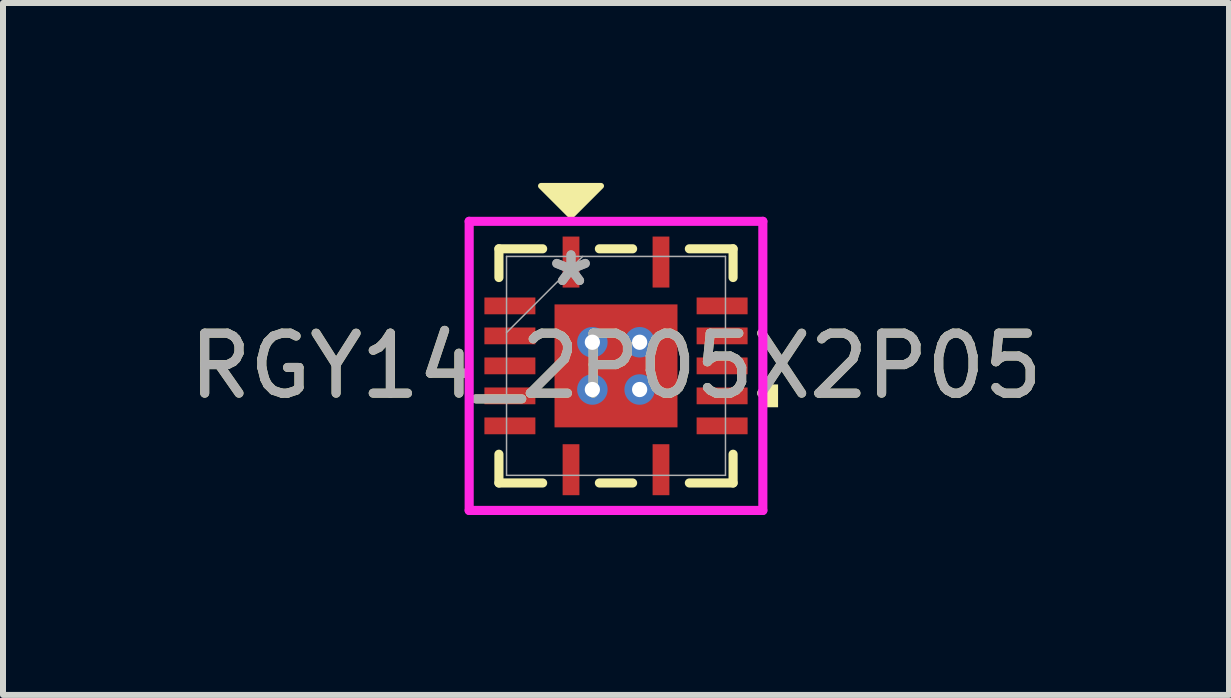
<source format=kicad_pcb>
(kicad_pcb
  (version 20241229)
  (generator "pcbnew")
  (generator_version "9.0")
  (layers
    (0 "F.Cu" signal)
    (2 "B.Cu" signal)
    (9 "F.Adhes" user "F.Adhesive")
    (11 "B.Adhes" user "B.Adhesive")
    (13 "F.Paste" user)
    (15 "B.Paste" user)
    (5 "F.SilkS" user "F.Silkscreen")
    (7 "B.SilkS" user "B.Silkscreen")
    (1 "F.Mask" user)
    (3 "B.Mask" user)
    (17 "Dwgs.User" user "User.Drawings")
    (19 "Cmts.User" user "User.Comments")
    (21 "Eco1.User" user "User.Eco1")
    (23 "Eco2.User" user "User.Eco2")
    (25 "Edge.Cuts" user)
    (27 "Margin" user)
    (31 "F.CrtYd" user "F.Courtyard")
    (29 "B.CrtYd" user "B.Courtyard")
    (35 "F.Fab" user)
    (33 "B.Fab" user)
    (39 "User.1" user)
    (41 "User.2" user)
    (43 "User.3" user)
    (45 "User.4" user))
  (footprint "RGY14_2P05X2P05"
    (layer "F.Cu")
    (at 7.22 3.05)
    (property "Reference" "RGY14_2P05X2P05" (at 0 0 0) (unlocked yes) (layer "F.SilkS") (effects (font (size 1 1) (thickness 0.15))))
    (attr smd)
    (fp_poly (pts (xy -2.264 -1.21) (xy -2.264 -0.79) (xy -1.274 -0.79) (xy -1.274 -1.21)) (stroke (width 0) (type solid)) (fill yes) (layer "F.Mask"))
    (fp_poly (pts (xy -2.264 -0.71) (xy -2.264 -0.29) (xy -1.274 -0.29) (xy -1.274 -0.71)) (stroke (width 0) (type solid)) (fill yes) (layer "F.Mask"))
    (fp_poly (pts (xy -2.264 -0.21) (xy -2.264 0.21) (xy -1.274 0.21) (xy -1.274 -0.21)) (stroke (width 0) (type solid)) (fill yes) (layer "F.Mask"))
    (fp_poly (pts (xy -2.264 0.29) (xy -2.264 0.71) (xy -1.274 0.71) (xy -1.274 0.29)) (stroke (width 0) (type solid)) (fill yes) (layer "F.Mask"))
    (fp_poly (pts (xy -2.264 0.79) (xy -2.264 1.21) (xy -1.274 1.21) (xy -1.274 0.79)) (stroke (width 0) (type solid)) (fill yes) (layer "F.Mask"))
    (fp_poly (pts (xy -1.089 -1.089) (xy -0.594 -1.089) (xy -0.594 1.089) (xy -1.089 1.089)) (stroke (width 0) (type solid)) (fill yes) (layer "F.Mask"))
    (fp_poly (pts (xy -1.089 -1.089) (xy 1.089 -1.089) (xy 1.089 -0.594) (xy -1.089 -0.594)) (stroke (width 0) (type solid)) (fill yes) (layer "F.Mask"))
    (fp_poly (pts (xy -1.089 -0.194) (xy 1.089 -0.194) (xy 1.089 0.194) (xy -1.089 0.194)) (stroke (width 0) (type solid)) (fill yes) (layer "F.Mask"))
    (fp_poly (pts (xy -1.089 0.594) (xy 1.089 0.594) (xy 1.089 1.089) (xy -1.089 1.089)) (stroke (width 0) (type solid)) (fill yes) (layer "F.Mask"))
    (fp_poly (pts (xy -0.96 -2.226) (xy -0.96 -1.236) (xy -0.54 -1.236) (xy -0.54 -2.226)) (stroke (width 0) (type solid)) (fill yes) (layer "F.Mask"))
    (fp_poly (pts (xy -0.96 1.236) (xy -0.96 2.226) (xy -0.54 2.226) (xy -0.54 1.236)) (stroke (width 0) (type solid)) (fill yes) (layer "F.Mask"))
    (fp_poly (pts (xy 0.194 -1.089) (xy -0.194 -1.089) (xy -0.194 1.089) (xy 0.194 1.089)) (stroke (width 0) (type solid)) (fill yes) (layer "F.Mask"))
    (fp_poly (pts (xy 0.54 -2.226) (xy 0.54 -1.236) (xy 0.96 -1.236) (xy 0.96 -2.226)) (stroke (width 0) (type solid)) (fill yes) (layer "F.Mask"))
    (fp_poly (pts (xy 0.54 1.236) (xy 0.54 2.226) (xy 0.96 2.226) (xy 0.96 1.236)) (stroke (width 0) (type solid)) (fill yes) (layer "F.Mask"))
    (fp_poly (pts (xy 0.594 -1.089) (xy 1.089 -1.089) (xy 1.089 1.089) (xy 0.594 1.089)) (stroke (width 0) (type solid)) (fill yes) (layer "F.Mask"))
    (fp_poly (pts (xy 1.274 -1.21) (xy 1.274 -0.79) (xy 2.264 -0.79) (xy 2.264 -1.21)) (stroke (width 0) (type solid)) (fill yes) (layer "F.Mask"))
    (fp_poly (pts (xy 1.274 -0.71) (xy 1.274 -0.29) (xy 2.264 -0.29) (xy 2.264 -0.71)) (stroke (width 0) (type solid)) (fill yes) (layer "F.Mask"))
    (fp_poly (pts (xy 1.274 -0.21) (xy 1.274 0.21) (xy 2.264 0.21) (xy 2.264 -0.21)) (stroke (width 0) (type solid)) (fill yes) (layer "F.Mask"))
    (fp_poly (pts (xy 1.274 0.29) (xy 1.274 0.71) (xy 2.264 0.71) (xy 2.264 0.29)) (stroke (width 0) (type solid)) (fill yes) (layer "F.Mask"))
    (fp_poly (pts (xy 1.274 0.79) (xy 1.274 1.21) (xy 2.264 1.21) (xy 2.264 0.79)) (stroke (width 0) (type solid)) (fill yes) (layer "F.Mask"))
    (fp_line (start -1.952 -1.952) (end -1.952 -1.473) (stroke (width 0.152) (type solid)) (layer "F.SilkS"))
    (fp_line (start -1.952 1.473) (end -1.952 1.952) (stroke (width 0.152) (type solid)) (layer "F.SilkS"))
    (fp_line (start -1.952 1.952) (end -1.223 1.952) (stroke (width 0.152) (type solid)) (layer "F.SilkS"))
    (fp_line (start -1.223 -1.952) (end -1.952 -1.952) (stroke (width 0.152) (type solid)) (layer "F.SilkS"))
    (fp_line (start -0.277 1.952) (end 0.277 1.952) (stroke (width 0.152) (type solid)) (layer "F.SilkS"))
    (fp_line (start 0.277 -1.952) (end -0.277 -1.952) (stroke (width 0.152) (type solid)) (layer "F.SilkS"))
    (fp_line (start 1.223 1.952) (end 1.952 1.952) (stroke (width 0.152) (type solid)) (layer "F.SilkS"))
    (fp_line (start 1.952 -1.952) (end 1.223 -1.952) (stroke (width 0.152) (type solid)) (layer "F.SilkS"))
    (fp_line (start 1.952 -1.473) (end 1.952 -1.952) (stroke (width 0.152) (type solid)) (layer "F.SilkS"))
    (fp_line (start 1.952 1.952) (end 1.952 1.473) (stroke (width 0.152) (type solid)) (layer "F.SilkS"))
    (fp_poly (pts (xy -0.25 -3) (xy -0.75 -2.5) (xy -1.25 -3) (xy -0.75 -3)) (stroke (width 0.1) (type solid)) (fill yes) (layer "F.SilkS"))
    (fp_poly (pts (xy 2.702 0.309) (xy 2.702 0.69) (xy 2.448 0.69) (xy 2.448 0.309)) (stroke (width 0) (type solid)) (fill yes) (layer "F.SilkS"))
    (fp_poly (pts (xy -2.143 -1.089) (xy -2.143 -0.911) (xy -1.395 -0.911) (xy -1.395 -1.089)) (stroke (width 0) (type solid)) (fill yes) (layer "F.Paste"))
    (fp_poly (pts (xy -2.143 -0.589) (xy -2.143 -0.411) (xy -1.395 -0.411) (xy -1.395 -0.589)) (stroke (width 0) (type solid)) (fill yes) (layer "F.Paste"))
    (fp_poly (pts (xy -2.143 -0.089) (xy -2.143 0.089) (xy -1.395 0.089) (xy -1.395 -0.089)) (stroke (width 0) (type solid)) (fill yes) (layer "F.Paste"))
    (fp_poly (pts (xy -2.143 0.411) (xy -2.143 0.589) (xy -1.395 0.589) (xy -1.395 0.411)) (stroke (width 0) (type solid)) (fill yes) (layer "F.Paste"))
    (fp_poly (pts (xy -2.143 0.911) (xy -2.143 1.089) (xy -1.395 1.089) (xy -1.395 0.911)) (stroke (width 0) (type solid)) (fill yes) (layer "F.Paste"))
    (fp_poly (pts (xy -0.839 -2.105) (xy -0.839 -1.357) (xy -0.661 -1.357) (xy -0.661 -2.105)) (stroke (width 0) (type solid)) (fill yes) (layer "F.Paste"))
    (fp_poly (pts (xy -0.839 1.357) (xy -0.839 2.105) (xy -0.661 2.105) (xy -0.661 1.357)) (stroke (width 0) (type solid)) (fill yes) (layer "F.Paste"))
    (fp_poly (pts (xy 0.661 -2.105) (xy 0.661 -1.357) (xy 0.839 -1.357) (xy 0.839 -2.105)) (stroke (width 0) (type solid)) (fill yes) (layer "F.Paste"))
    (fp_poly (pts (xy 0.661 1.357) (xy 0.661 2.105) (xy 0.839 2.105) (xy 0.839 1.357)) (stroke (width 0) (type solid)) (fill yes) (layer "F.Paste"))
    (fp_poly (pts (xy 1.395 -1.089) (xy 1.395 -0.911) (xy 2.143 -0.911) (xy 2.143 -1.089)) (stroke (width 0) (type solid)) (fill yes) (layer "F.Paste"))
    (fp_poly (pts (xy 1.395 -0.589) (xy 1.395 -0.411) (xy 2.143 -0.411) (xy 2.143 -0.589)) (stroke (width 0) (type solid)) (fill yes) (layer "F.Paste"))
    (fp_poly (pts (xy 1.395 -0.089) (xy 1.395 0.089) (xy 2.143 0.089) (xy 2.143 -0.089)) (stroke (width 0) (type solid)) (fill yes) (layer "F.Paste"))
    (fp_poly (pts (xy 1.395 0.411) (xy 1.395 0.589) (xy 2.143 0.589) (xy 2.143 0.411)) (stroke (width 0) (type solid)) (fill yes) (layer "F.Paste"))
    (fp_poly (pts (xy 1.395 0.911) (xy 1.395 1.089) (xy 2.143 1.089) (xy 2.143 0.911)) (stroke (width 0) (type solid)) (fill yes) (layer "F.Paste"))
    (fp_poly (pts (xy -0.95 -0.95) (xy -0.95 -0.494) (xy -0.635 -0.494) (xy -0.494 -0.635) (xy -0.494 -0.95)) (stroke (width 0) (type solid)) (fill yes) (layer "F.Paste"))
    (fp_poly (pts (xy -0.95 0.494) (xy -0.95 0.95) (xy -0.494 0.95) (xy -0.494 0.635) (xy -0.635 0.494)) (stroke (width 0) (type solid)) (fill yes) (layer "F.Paste"))
    (fp_poly (pts (xy 0.494 -0.95) (xy 0.494 -0.635) (xy 0.635 -0.494) (xy 0.95 -0.494) (xy 0.95 -0.95)) (stroke (width 0) (type solid)) (fill yes) (layer "F.Paste"))
    (fp_poly (pts (xy 0.635 0.494) (xy 0.494 0.635) (xy 0.494 0.95) (xy 0.95 0.95) (xy 0.95 0.494)) (stroke (width 0) (type solid)) (fill yes) (layer "F.Paste"))
    (fp_poly (pts (xy -0.95 -0.294) (xy -0.95 0.294) (xy -0.635 0.294) (xy -0.494 0.152) (xy -0.494 -0.152) (xy -0.635 -0.294)) (stroke (width 0) (type solid)) (fill yes) (layer "F.Paste"))
    (fp_poly (pts (xy -0.294 -0.95) (xy -0.294 -0.635) (xy -0.152 -0.494) (xy 0.152 -0.494) (xy 0.294 -0.635) (xy 0.294 -0.95)) (stroke (width 0) (type solid)) (fill yes) (layer "F.Paste"))
    (fp_poly (pts (xy -0.152 0.494) (xy -0.294 0.635) (xy -0.294 0.95) (xy 0.294 0.95) (xy 0.294 0.635) (xy 0.152 0.494)) (stroke (width 0) (type solid)) (fill yes) (layer "F.Paste"))
    (fp_poly (pts (xy 0.635 -0.294) (xy 0.494 -0.152) (xy 0.494 0.152) (xy 0.635 0.294) (xy 0.95 0.294) (xy 0.95 -0.294)) (stroke (width 0) (type solid)) (fill yes) (layer "F.Paste"))
    (fp_poly (pts (xy -0.152 -0.294) (xy -0.294 -0.152) (xy -0.294 0.152) (xy -0.152 0.294) (xy 0.152 0.294) (xy 0.294 0.152) (xy 0.294 -0.152) (xy 0.152 -0.294)) (stroke (width 0) (type solid)) (fill yes) (layer "F.Paste"))
    (fp_line (start -2.448 -2.41) (end 2.448 -2.41) (stroke (width 0.152) (type solid)) (layer "F.CrtYd"))
    (fp_line (start -2.448 2.41) (end -2.448 -2.41) (stroke (width 0.152) (type solid)) (layer "F.CrtYd"))
    (fp_line (start 2.448 -2.41) (end 2.448 2.41) (stroke (width 0.152) (type solid)) (layer "F.CrtYd"))
    (fp_line (start 2.448 2.41) (end -2.448 2.41) (stroke (width 0.152) (type solid)) (layer "F.CrtYd"))
    (fp_line (start -1.825 -1.825) (end -1.825 1.825) (stroke (width 0.025) (type solid)) (layer "F.Fab"))
    (fp_line (start -1.825 -0.555) (end -0.555 -1.825) (stroke (width 0.025) (type solid)) (layer "F.Fab"))
    (fp_line (start -1.825 1.825) (end 1.825 1.825) (stroke (width 0.025) (type solid)) (layer "F.Fab"))
    (fp_line (start 1.825 -1.825) (end -1.825 -1.825) (stroke (width 0.025) (type solid)) (layer "F.Fab"))
    (fp_line (start 1.825 1.825) (end 1.825 -1.825) (stroke (width 0.025) (type solid)) (layer "F.Fab"))
    (fp_text user "*" (at -0.75 -1.306 0) (unlocked yes) (layer "F.Fab") (effects (font (size 1 1) (thickness 0.15))))
    (fp_text user "*" (at -0.75 -1.306 0) (layer "F.Fab") (effects (font (size 1 1) (thickness 0.15))))
    (fp_text user "${REFERENCE}" (at 0 0 0) (unlocked yes) (layer "F.Fab") (effects (font (size 1 1) (thickness 0.15))))
    (pad "1" smd rect (at -0.75 -1.731) (size 0.28 0.85) (layers "F.Cu" "F.Mask"))
    (pad "2" smd rect (at -1.769 -1 90) (size 0.28 0.85) (layers "F.Cu" "F.Mask"))
    (pad "3" smd rect (at -1.769 -0.5 90) (size 0.28 0.85) (layers "F.Cu" "F.Mask"))
    (pad "4" smd rect (at -1.769 0 90) (size 0.28 0.85) (layers "F.Cu" "F.Mask"))
    (pad "5" smd rect (at -1.769 0.5 90) (size 0.28 0.85) (layers "F.Cu" "F.Mask"))
    (pad "6" smd rect (at -1.769 1 90) (size 0.28 0.85) (layers "F.Cu" "F.Mask"))
    (pad "7" smd rect (at -0.75 1.731) (size 0.28 0.85) (layers "F.Cu" "F.Mask"))
    (pad "8" smd rect (at 0.75 1.731) (size 0.28 0.85) (layers "F.Cu" "F.Mask"))
    (pad "9" smd rect (at 1.769 1 90) (size 0.28 0.85) (layers "F.Cu" "F.Mask"))
    (pad "10" smd rect (at 1.769 0.5 90) (size 0.28 0.85) (layers "F.Cu" "F.Mask"))
    (pad "11" smd rect (at 1.769 0 90) (size 0.28 0.85) (layers "F.Cu" "F.Mask"))
    (pad "12" smd rect (at 1.769 -0.5 90) (size 0.28 0.85) (layers "F.Cu" "F.Mask"))
    (pad "13" smd rect (at 1.769 -1 90) (size 0.28 0.85) (layers "F.Cu" "F.Mask"))
    (pad "14" smd rect (at 0.75 -1.731) (size 0.28 0.85) (layers "F.Cu" "F.Mask"))
    (pad "15" smd rect (at 0 0) (size 2.05 2.05) (layers "F.Cu"))
    (pad "V" thru_hole circle (at -0.394 -0.394) (size 0.508 0.508) (drill 0.254) (layers "*.Cu" "*.Mask"))
    (pad "V" thru_hole circle (at -0.394 0.394) (size 0.508 0.508) (drill 0.254) (layers "*.Cu" "*.Mask"))
    (pad "V" thru_hole circle (at 0.394 -0.394) (size 0.508 0.508) (drill 0.254) (layers "*.Cu" "*.Mask"))
    (pad "V" thru_hole circle (at 0.394 0.394) (size 0.508 0.508) (drill 0.254) (layers "*.Cu" "*.Mask")))
  (gr_rect
    (start -3 -3)
    (end 17.44 8.536)
    (stroke (width 0.1) (type default))
    (fill no)
    (layer "Edge.Cuts")))
</source>
